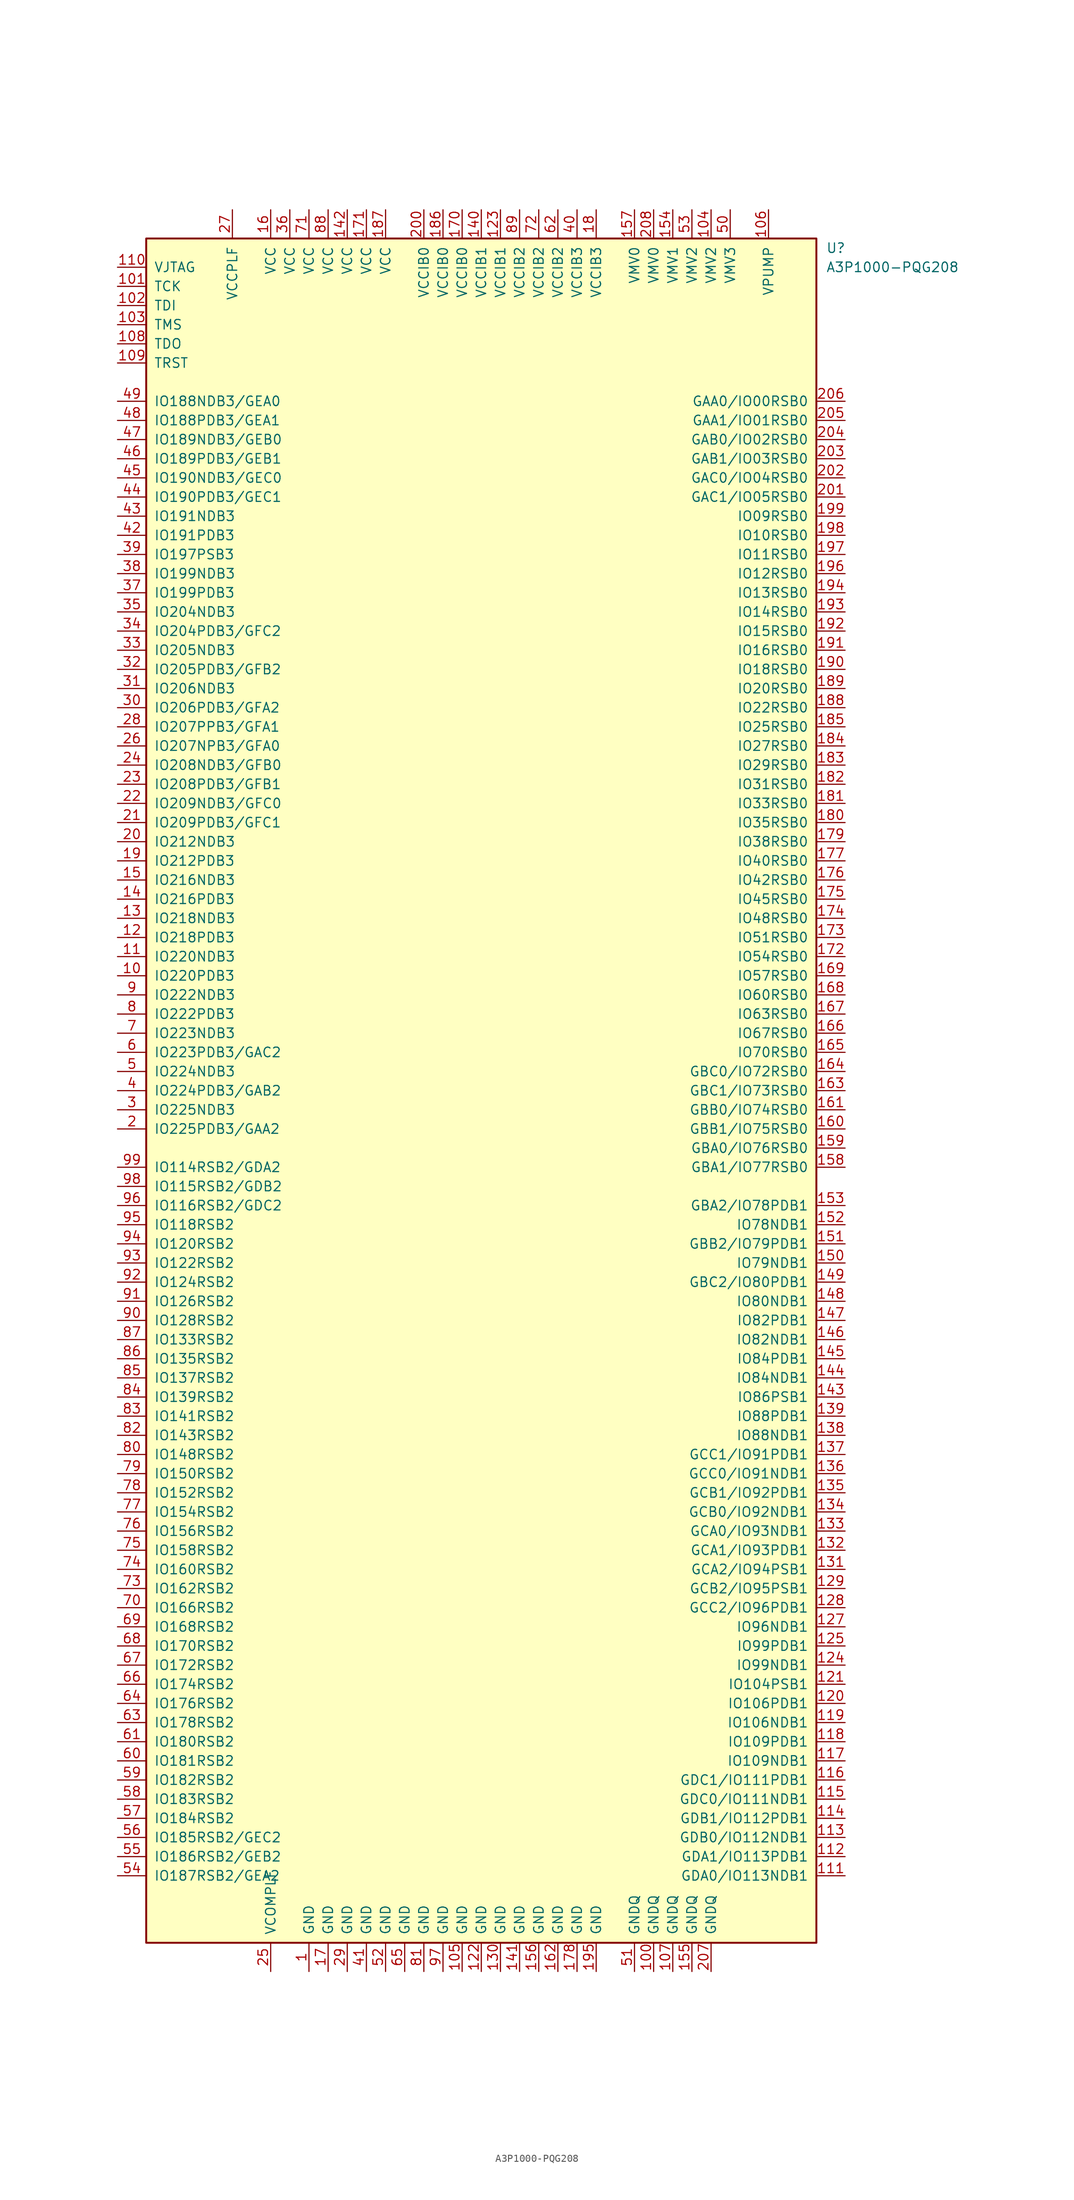
<source format=kicad_sym>
(kicad_symbol_lib
  (version 20211014)
  (generator kicad_symbol_editor)
  (symbol "A3P1000-PQG208"
    (pin_names
      (offset 1.016))
    (property "Reference" "U"
      (at 45.72 111.76 0)
      (effects (font (size 1.27 1.27)) (justify left)))
    (property "Value" "A3P1000-PQG208"
      (at 45.72 109.22 0)
      (effects (font (size 1.27 1.27)) (justify left)))
    (symbol "A3P1000-PQG208_1_0"
      (rectangle (start -44.45 -113.03) (end 44.45 113.03) (stroke (width 0.254) (type default) (color 0 0 0 0)) (fill (type background))))
    (symbol "A3P1000-PQG208_1_1"
      (pin power_in line (at -22.86 -116.84 90) (length 3.81) (name "GND" (effects (font (size 1.27 1.27)))) (number "1" (effects (font (size 1.27 1.27)))))
      (pin bidirectional line (at -48.26 15.24 0) (length 3.81) (name "IO220PDB3" (effects (font (size 1.27 1.27)))) (number "10" (effects (font (size 1.27 1.27)))))
      (pin power_in line (at 22.86 -116.84 90) (length 3.81) (name "GNDQ" (effects (font (size 1.27 1.27)))) (number "100" (effects (font (size 1.27 1.27)))))
      (pin bidirectional line (at -48.26 106.68 0) (length 3.81) (name "TCK" (effects (font (size 1.27 1.27)))) (number "101" (effects (font (size 1.27 1.27)))))
      (pin bidirectional line (at -48.26 104.14 0) (length 3.81) (name "TDI" (effects (font (size 1.27 1.27)))) (number "102" (effects (font (size 1.27 1.27)))))
      (pin bidirectional line (at -48.26 101.6 0) (length 3.81) (name "TMS" (effects (font (size 1.27 1.27)))) (number "103" (effects (font (size 1.27 1.27)))))
      (pin power_in line (at 30.48 116.84 270) (length 3.81) (name "VMV2" (effects (font (size 1.27 1.27)))) (number "104" (effects (font (size 1.27 1.27)))))
      (pin power_in line (at -2.54 -116.84 90) (length 3.81) (name "GND" (effects (font (size 1.27 1.27)))) (number "105" (effects (font (size 1.27 1.27)))))
      (pin power_in line (at 38.1 116.84 270) (length 3.81) (name "VPUMP" (effects (font (size 1.27 1.27)))) (number "106" (effects (font (size 1.27 1.27)))))
      (pin power_in line (at 25.4 -116.84 90) (length 3.81) (name "GNDQ" (effects (font (size 1.27 1.27)))) (number "107" (effects (font (size 1.27 1.27)))))
      (pin bidirectional line (at -48.26 99.06 0) (length 3.81) (name "TDO" (effects (font (size 1.27 1.27)))) (number "108" (effects (font (size 1.27 1.27)))))
      (pin bidirectional line (at -48.26 96.52 0) (length 3.81) (name "TRST" (effects (font (size 1.27 1.27)))) (number "109" (effects (font (size 1.27 1.27)))))
      (pin bidirectional line (at -48.26 17.78 0) (length 3.81) (name "IO220NDB3" (effects (font (size 1.27 1.27)))) (number "11" (effects (font (size 1.27 1.27)))))
      (pin power_in line (at -48.26 109.22 0) (length 3.81) (name "VJTAG" (effects (font (size 1.27 1.27)))) (number "110" (effects (font (size 1.27 1.27)))))
      (pin bidirectional line (at 48.26 -104.14 180) (length 3.81) (name "GDA0/IO113NDB1" (effects (font (size 1.27 1.27)))) (number "111" (effects (font (size 1.27 1.27)))))
      (pin bidirectional line (at 48.26 -101.6 180) (length 3.81) (name "GDA1/IO113PDB1" (effects (font (size 1.27 1.27)))) (number "112" (effects (font (size 1.27 1.27)))))
      (pin bidirectional line (at 48.26 -99.06 180) (length 3.81) (name "GDB0/IO112NDB1" (effects (font (size 1.27 1.27)))) (number "113" (effects (font (size 1.27 1.27)))))
      (pin bidirectional line (at 48.26 -96.52 180) (length 3.81) (name "GDB1/IO112PDB1" (effects (font (size 1.27 1.27)))) (number "114" (effects (font (size 1.27 1.27)))))
      (pin bidirectional line (at 48.26 -93.98 180) (length 3.81) (name "GDC0/IO111NDB1" (effects (font (size 1.27 1.27)))) (number "115" (effects (font (size 1.27 1.27)))))
      (pin bidirectional line (at 48.26 -91.44 180) (length 3.81) (name "GDC1/IO111PDB1" (effects (font (size 1.27 1.27)))) (number "116" (effects (font (size 1.27 1.27)))))
      (pin bidirectional line (at 48.26 -88.9 180) (length 3.81) (name "IO109NDB1" (effects (font (size 1.27 1.27)))) (number "117" (effects (font (size 1.27 1.27)))))
      (pin bidirectional line (at 48.26 -86.36 180) (length 3.81) (name "IO109PDB1" (effects (font (size 1.27 1.27)))) (number "118" (effects (font (size 1.27 1.27)))))
      (pin bidirectional line (at 48.26 -83.82 180) (length 3.81) (name "IO106NDB1" (effects (font (size 1.27 1.27)))) (number "119" (effects (font (size 1.27 1.27)))))
      (pin bidirectional line (at -48.26 20.32 0) (length 3.81) (name "IO218PDB3" (effects (font (size 1.27 1.27)))) (number "12" (effects (font (size 1.27 1.27)))))
      (pin bidirectional line (at 48.26 -81.28 180) (length 3.81) (name "IO106PDB1" (effects (font (size 1.27 1.27)))) (number "120" (effects (font (size 1.27 1.27)))))
      (pin bidirectional line (at 48.26 -78.74 180) (length 3.81) (name "IO104PSB1" (effects (font (size 1.27 1.27)))) (number "121" (effects (font (size 1.27 1.27)))))
      (pin power_in line (at 0 -116.84 90) (length 3.81) (name "GND" (effects (font (size 1.27 1.27)))) (number "122" (effects (font (size 1.27 1.27)))))
      (pin power_in line (at 2.54 116.84 270) (length 3.81) (name "VCCIB1" (effects (font (size 1.27 1.27)))) (number "123" (effects (font (size 1.27 1.27)))))
      (pin bidirectional line (at 48.26 -76.2 180) (length 3.81) (name "IO99NDB1" (effects (font (size 1.27 1.27)))) (number "124" (effects (font (size 1.27 1.27)))))
      (pin bidirectional line (at 48.26 -73.66 180) (length 3.81) (name "IO99PDB1" (effects (font (size 1.27 1.27)))) (number "125" (effects (font (size 1.27 1.27)))))
      (pin bidirectional line (at 48.26 -71.12 180) (length 3.81) (name "IO96NDB1" (effects (font (size 1.27 1.27)))) (number "127" (effects (font (size 1.27 1.27)))))
      (pin bidirectional line (at 48.26 -68.58 180) (length 3.81) (name "GCC2/IO96PDB1" (effects (font (size 1.27 1.27)))) (number "128" (effects (font (size 1.27 1.27)))))
      (pin bidirectional line (at 48.26 -66.04 180) (length 3.81) (name "GCB2/IO95PSB1" (effects (font (size 1.27 1.27)))) (number "129" (effects (font (size 1.27 1.27)))))
      (pin bidirectional line (at -48.26 22.86 0) (length 3.81) (name "IO218NDB3" (effects (font (size 1.27 1.27)))) (number "13" (effects (font (size 1.27 1.27)))))
      (pin power_in line (at 2.54 -116.84 90) (length 3.81) (name "GND" (effects (font (size 1.27 1.27)))) (number "130" (effects (font (size 1.27 1.27)))))
      (pin bidirectional line (at 48.26 -63.5 180) (length 3.81) (name "GCA2/IO94PSB1" (effects (font (size 1.27 1.27)))) (number "131" (effects (font (size 1.27 1.27)))))
      (pin bidirectional line (at 48.26 -60.96 180) (length 3.81) (name "GCA1/IO93PDB1" (effects (font (size 1.27 1.27)))) (number "132" (effects (font (size 1.27 1.27)))))
      (pin bidirectional line (at 48.26 -58.42 180) (length 3.81) (name "GCA0/IO93NDB1" (effects (font (size 1.27 1.27)))) (number "133" (effects (font (size 1.27 1.27)))))
      (pin bidirectional line (at 48.26 -55.88 180) (length 3.81) (name "GCB0/IO92NDB1" (effects (font (size 1.27 1.27)))) (number "134" (effects (font (size 1.27 1.27)))))
      (pin bidirectional line (at 48.26 -53.34 180) (length 3.81) (name "GCB1/IO92PDB1" (effects (font (size 1.27 1.27)))) (number "135" (effects (font (size 1.27 1.27)))))
      (pin bidirectional line (at 48.26 -50.8 180) (length 3.81) (name "GCC0/IO91NDB1" (effects (font (size 1.27 1.27)))) (number "136" (effects (font (size 1.27 1.27)))))
      (pin bidirectional line (at 48.26 -48.26 180) (length 3.81) (name "GCC1/IO91PDB1" (effects (font (size 1.27 1.27)))) (number "137" (effects (font (size 1.27 1.27)))))
      (pin bidirectional line (at 48.26 -45.72 180) (length 3.81) (name "IO88NDB1" (effects (font (size 1.27 1.27)))) (number "138" (effects (font (size 1.27 1.27)))))
      (pin bidirectional line (at 48.26 -43.18 180) (length 3.81) (name "IO88PDB1" (effects (font (size 1.27 1.27)))) (number "139" (effects (font (size 1.27 1.27)))))
      (pin bidirectional line (at -48.26 25.4 0) (length 3.81) (name "IO216PDB3" (effects (font (size 1.27 1.27)))) (number "14" (effects (font (size 1.27 1.27)))))
      (pin power_in line (at 0 116.84 270) (length 3.81) (name "VCCIB1" (effects (font (size 1.27 1.27)))) (number "140" (effects (font (size 1.27 1.27)))))
      (pin power_in line (at 5.08 -116.84 90) (length 3.81) (name "GND" (effects (font (size 1.27 1.27)))) (number "141" (effects (font (size 1.27 1.27)))))
      (pin power_in line (at -17.78 116.84 270) (length 3.81) (name "VCC" (effects (font (size 1.27 1.27)))) (number "142" (effects (font (size 1.27 1.27)))))
      (pin bidirectional line (at 48.26 -40.64 180) (length 3.81) (name "IO86PSB1" (effects (font (size 1.27 1.27)))) (number "143" (effects (font (size 1.27 1.27)))))
      (pin bidirectional line (at 48.26 -38.1 180) (length 3.81) (name "IO84NDB1" (effects (font (size 1.27 1.27)))) (number "144" (effects (font (size 1.27 1.27)))))
      (pin bidirectional line (at 48.26 -35.56 180) (length 3.81) (name "IO84PDB1" (effects (font (size 1.27 1.27)))) (number "145" (effects (font (size 1.27 1.27)))))
      (pin bidirectional line (at 48.26 -33.02 180) (length 3.81) (name "IO82NDB1" (effects (font (size 1.27 1.27)))) (number "146" (effects (font (size 1.27 1.27)))))
      (pin bidirectional line (at 48.26 -30.48 180) (length 3.81) (name "IO82PDB1" (effects (font (size 1.27 1.27)))) (number "147" (effects (font (size 1.27 1.27)))))
      (pin bidirectional line (at 48.26 -27.94 180) (length 3.81) (name "IO80NDB1" (effects (font (size 1.27 1.27)))) (number "148" (effects (font (size 1.27 1.27)))))
      (pin bidirectional line (at 48.26 -25.4 180) (length 3.81) (name "GBC2/IO80PDB1" (effects (font (size 1.27 1.27)))) (number "149" (effects (font (size 1.27 1.27)))))
      (pin bidirectional line (at -48.26 27.94 0) (length 3.81) (name "IO216NDB3" (effects (font (size 1.27 1.27)))) (number "15" (effects (font (size 1.27 1.27)))))
      (pin bidirectional line (at 48.26 -22.86 180) (length 3.81) (name "IO79NDB1" (effects (font (size 1.27 1.27)))) (number "150" (effects (font (size 1.27 1.27)))))
      (pin bidirectional line (at 48.26 -20.32 180) (length 3.81) (name "GBB2/IO79PDB1" (effects (font (size 1.27 1.27)))) (number "151" (effects (font (size 1.27 1.27)))))
      (pin bidirectional line (at 48.26 -17.78 180) (length 3.81) (name "IO78NDB1" (effects (font (size 1.27 1.27)))) (number "152" (effects (font (size 1.27 1.27)))))
      (pin bidirectional line (at 48.26 -15.24 180) (length 3.81) (name "GBA2/IO78PDB1" (effects (font (size 1.27 1.27)))) (number "153" (effects (font (size 1.27 1.27)))))
      (pin power_in line (at 25.4 116.84 270) (length 3.81) (name "VMV1" (effects (font (size 1.27 1.27)))) (number "154" (effects (font (size 1.27 1.27)))))
      (pin power_in line (at 27.94 -116.84 90) (length 3.81) (name "GNDQ" (effects (font (size 1.27 1.27)))) (number "155" (effects (font (size 1.27 1.27)))))
      (pin power_in line (at 7.62 -116.84 90) (length 3.81) (name "GND" (effects (font (size 1.27 1.27)))) (number "156" (effects (font (size 1.27 1.27)))))
      (pin power_in line (at 20.32 116.84 270) (length 3.81) (name "VMV0" (effects (font (size 1.27 1.27)))) (number "157" (effects (font (size 1.27 1.27)))))
      (pin bidirectional line (at 48.26 -10.16 180) (length 3.81) (name "GBA1/IO77RSB0" (effects (font (size 1.27 1.27)))) (number "158" (effects (font (size 1.27 1.27)))))
      (pin bidirectional line (at 48.26 -7.62 180) (length 3.81) (name "GBA0/IO76RSB0" (effects (font (size 1.27 1.27)))) (number "159" (effects (font (size 1.27 1.27)))))
      (pin power_in line (at -27.94 116.84 270) (length 3.81) (name "VCC" (effects (font (size 1.27 1.27)))) (number "16" (effects (font (size 1.27 1.27)))))
      (pin bidirectional line (at 48.26 -5.08 180) (length 3.81) (name "GBB1/IO75RSB0" (effects (font (size 1.27 1.27)))) (number "160" (effects (font (size 1.27 1.27)))))
      (pin bidirectional line (at 48.26 -2.54 180) (length 3.81) (name "GBB0/IO74RSB0" (effects (font (size 1.27 1.27)))) (number "161" (effects (font (size 1.27 1.27)))))
      (pin power_in line (at 10.16 -116.84 90) (length 3.81) (name "GND" (effects (font (size 1.27 1.27)))) (number "162" (effects (font (size 1.27 1.27)))))
      (pin bidirectional line (at 48.26 0 180) (length 3.81) (name "GBC1/IO73RSB0" (effects (font (size 1.27 1.27)))) (number "163" (effects (font (size 1.27 1.27)))))
      (pin bidirectional line (at 48.26 2.54 180) (length 3.81) (name "GBC0/IO72RSB0" (effects (font (size 1.27 1.27)))) (number "164" (effects (font (size 1.27 1.27)))))
      (pin bidirectional line (at 48.26 5.08 180) (length 3.81) (name "IO70RSB0" (effects (font (size 1.27 1.27)))) (number "165" (effects (font (size 1.27 1.27)))))
      (pin bidirectional line (at 48.26 7.62 180) (length 3.81) (name "IO67RSB0" (effects (font (size 1.27 1.27)))) (number "166" (effects (font (size 1.27 1.27)))))
      (pin bidirectional line (at 48.26 10.16 180) (length 3.81) (name "IO63RSB0" (effects (font (size 1.27 1.27)))) (number "167" (effects (font (size 1.27 1.27)))))
      (pin bidirectional line (at 48.26 12.7 180) (length 3.81) (name "IO60RSB0" (effects (font (size 1.27 1.27)))) (number "168" (effects (font (size 1.27 1.27)))))
      (pin bidirectional line (at 48.26 15.24 180) (length 3.81) (name "IO57RSB0" (effects (font (size 1.27 1.27)))) (number "169" (effects (font (size 1.27 1.27)))))
      (pin power_in line (at -20.32 -116.84 90) (length 3.81) (name "GND" (effects (font (size 1.27 1.27)))) (number "17" (effects (font (size 1.27 1.27)))))
      (pin power_in line (at -2.54 116.84 270) (length 3.81) (name "VCCIB0" (effects (font (size 1.27 1.27)))) (number "170" (effects (font (size 1.27 1.27)))))
      (pin power_in line (at -15.24 116.84 270) (length 3.81) (name "VCC" (effects (font (size 1.27 1.27)))) (number "171" (effects (font (size 1.27 1.27)))))
      (pin bidirectional line (at 48.26 17.78 180) (length 3.81) (name "IO54RSB0" (effects (font (size 1.27 1.27)))) (number "172" (effects (font (size 1.27 1.27)))))
      (pin bidirectional line (at 48.26 20.32 180) (length 3.81) (name "IO51RSB0" (effects (font (size 1.27 1.27)))) (number "173" (effects (font (size 1.27 1.27)))))
      (pin bidirectional line (at 48.26 22.86 180) (length 3.81) (name "IO48RSB0" (effects (font (size 1.27 1.27)))) (number "174" (effects (font (size 1.27 1.27)))))
      (pin bidirectional line (at 48.26 25.4 180) (length 3.81) (name "IO45RSB0" (effects (font (size 1.27 1.27)))) (number "175" (effects (font (size 1.27 1.27)))))
      (pin bidirectional line (at 48.26 27.94 180) (length 3.81) (name "IO42RSB0" (effects (font (size 1.27 1.27)))) (number "176" (effects (font (size 1.27 1.27)))))
      (pin bidirectional line (at 48.26 30.48 180) (length 3.81) (name "IO40RSB0" (effects (font (size 1.27 1.27)))) (number "177" (effects (font (size 1.27 1.27)))))
      (pin power_in line (at 12.7 -116.84 90) (length 3.81) (name "GND" (effects (font (size 1.27 1.27)))) (number "178" (effects (font (size 1.27 1.27)))))
      (pin bidirectional line (at 48.26 33.02 180) (length 3.81) (name "IO38RSB0" (effects (font (size 1.27 1.27)))) (number "179" (effects (font (size 1.27 1.27)))))
      (pin power_in line (at 15.24 116.84 270) (length 3.81) (name "VCCIB3" (effects (font (size 1.27 1.27)))) (number "18" (effects (font (size 1.27 1.27)))))
      (pin bidirectional line (at 48.26 35.56 180) (length 3.81) (name "IO35RSB0" (effects (font (size 1.27 1.27)))) (number "180" (effects (font (size 1.27 1.27)))))
      (pin bidirectional line (at 48.26 38.1 180) (length 3.81) (name "IO33RSB0" (effects (font (size 1.27 1.27)))) (number "181" (effects (font (size 1.27 1.27)))))
      (pin bidirectional line (at 48.26 40.64 180) (length 3.81) (name "IO31RSB0" (effects (font (size 1.27 1.27)))) (number "182" (effects (font (size 1.27 1.27)))))
      (pin bidirectional line (at 48.26 43.18 180) (length 3.81) (name "IO29RSB0" (effects (font (size 1.27 1.27)))) (number "183" (effects (font (size 1.27 1.27)))))
      (pin bidirectional line (at 48.26 45.72 180) (length 3.81) (name "IO27RSB0" (effects (font (size 1.27 1.27)))) (number "184" (effects (font (size 1.27 1.27)))))
      (pin bidirectional line (at 48.26 48.26 180) (length 3.81) (name "IO25RSB0" (effects (font (size 1.27 1.27)))) (number "185" (effects (font (size 1.27 1.27)))))
      (pin power_in line (at -5.08 116.84 270) (length 3.81) (name "VCCIB0" (effects (font (size 1.27 1.27)))) (number "186" (effects (font (size 1.27 1.27)))))
      (pin power_in line (at -12.7 116.84 270) (length 3.81) (name "VCC" (effects (font (size 1.27 1.27)))) (number "187" (effects (font (size 1.27 1.27)))))
      (pin bidirectional line (at 48.26 50.8 180) (length 3.81) (name "IO22RSB0" (effects (font (size 1.27 1.27)))) (number "188" (effects (font (size 1.27 1.27)))))
      (pin bidirectional line (at 48.26 53.34 180) (length 3.81) (name "IO20RSB0" (effects (font (size 1.27 1.27)))) (number "189" (effects (font (size 1.27 1.27)))))
      (pin bidirectional line (at -48.26 30.48 0) (length 3.81) (name "IO212PDB3" (effects (font (size 1.27 1.27)))) (number "19" (effects (font (size 1.27 1.27)))))
      (pin bidirectional line (at 48.26 55.88 180) (length 3.81) (name "IO18RSB0" (effects (font (size 1.27 1.27)))) (number "190" (effects (font (size 1.27 1.27)))))
      (pin bidirectional line (at 48.26 58.42 180) (length 3.81) (name "IO16RSB0" (effects (font (size 1.27 1.27)))) (number "191" (effects (font (size 1.27 1.27)))))
      (pin bidirectional line (at 48.26 60.96 180) (length 3.81) (name "IO15RSB0" (effects (font (size 1.27 1.27)))) (number "192" (effects (font (size 1.27 1.27)))))
      (pin bidirectional line (at 48.26 63.5 180) (length 3.81) (name "IO14RSB0" (effects (font (size 1.27 1.27)))) (number "193" (effects (font (size 1.27 1.27)))))
      (pin bidirectional line (at 48.26 66.04 180) (length 3.81) (name "IO13RSB0" (effects (font (size 1.27 1.27)))) (number "194" (effects (font (size 1.27 1.27)))))
      (pin power_in line (at 15.24 -116.84 90) (length 3.81) (name "GND" (effects (font (size 1.27 1.27)))) (number "195" (effects (font (size 1.27 1.27)))))
      (pin bidirectional line (at 48.26 68.58 180) (length 3.81) (name "IO12RSB0" (effects (font (size 1.27 1.27)))) (number "196" (effects (font (size 1.27 1.27)))))
      (pin bidirectional line (at 48.26 71.12 180) (length 3.81) (name "IO11RSB0" (effects (font (size 1.27 1.27)))) (number "197" (effects (font (size 1.27 1.27)))))
      (pin bidirectional line (at 48.26 73.66 180) (length 3.81) (name "IO10RSB0" (effects (font (size 1.27 1.27)))) (number "198" (effects (font (size 1.27 1.27)))))
      (pin bidirectional line (at 48.26 76.2 180) (length 3.81) (name "IO09RSB0" (effects (font (size 1.27 1.27)))) (number "199" (effects (font (size 1.27 1.27)))))
      (pin bidirectional line (at -48.26 -5.08 0) (length 3.81) (name "IO225PDB3/GAA2" (effects (font (size 1.27 1.27)))) (number "2" (effects (font (size 1.27 1.27)))))
      (pin bidirectional line (at -48.26 33.02 0) (length 3.81) (name "IO212NDB3" (effects (font (size 1.27 1.27)))) (number "20" (effects (font (size 1.27 1.27)))))
      (pin power_in line (at -7.62 116.84 270) (length 3.81) (name "VCCIB0" (effects (font (size 1.27 1.27)))) (number "200" (effects (font (size 1.27 1.27)))))
      (pin bidirectional line (at 48.26 78.74 180) (length 3.81) (name "GAC1/IO05RSB0" (effects (font (size 1.27 1.27)))) (number "201" (effects (font (size 1.27 1.27)))))
      (pin bidirectional line (at 48.26 81.28 180) (length 3.81) (name "GAC0/IO04RSB0" (effects (font (size 1.27 1.27)))) (number "202" (effects (font (size 1.27 1.27)))))
      (pin bidirectional line (at 48.26 83.82 180) (length 3.81) (name "GAB1/IO03RSB0" (effects (font (size 1.27 1.27)))) (number "203" (effects (font (size 1.27 1.27)))))
      (pin bidirectional line (at 48.26 86.36 180) (length 3.81) (name "GAB0/IO02RSB0" (effects (font (size 1.27 1.27)))) (number "204" (effects (font (size 1.27 1.27)))))
      (pin bidirectional line (at 48.26 88.9 180) (length 3.81) (name "GAA1/IO01RSB0" (effects (font (size 1.27 1.27)))) (number "205" (effects (font (size 1.27 1.27)))))
      (pin bidirectional line (at 48.26 91.44 180) (length 3.81) (name "GAA0/IO00RSB0" (effects (font (size 1.27 1.27)))) (number "206" (effects (font (size 1.27 1.27)))))
      (pin power_in line (at 30.48 -116.84 90) (length 3.81) (name "GNDQ" (effects (font (size 1.27 1.27)))) (number "207" (effects (font (size 1.27 1.27)))))
      (pin power_in line (at 22.86 116.84 270) (length 3.81) (name "VMV0" (effects (font (size 1.27 1.27)))) (number "208" (effects (font (size 1.27 1.27)))))
      (pin bidirectional line (at -48.26 35.56 0) (length 3.81) (name "IO209PDB3/GFC1" (effects (font (size 1.27 1.27)))) (number "21" (effects (font (size 1.27 1.27)))))
      (pin bidirectional line (at -48.26 38.1 0) (length 3.81) (name "IO209NDB3/GFC0" (effects (font (size 1.27 1.27)))) (number "22" (effects (font (size 1.27 1.27)))))
      (pin bidirectional line (at -48.26 40.64 0) (length 3.81) (name "IO208PDB3/GFB1" (effects (font (size 1.27 1.27)))) (number "23" (effects (font (size 1.27 1.27)))))
      (pin bidirectional line (at -48.26 43.18 0) (length 3.81) (name "IO208NDB3/GFB0" (effects (font (size 1.27 1.27)))) (number "24" (effects (font (size 1.27 1.27)))))
      (pin power_in line (at -27.94 -116.84 90) (length 3.81) (name "VCOMPLF" (effects (font (size 1.27 1.27)))) (number "25" (effects (font (size 1.27 1.27)))))
      (pin bidirectional line (at -48.26 45.72 0) (length 3.81) (name "IO207NPB3/GFA0" (effects (font (size 1.27 1.27)))) (number "26" (effects (font (size 1.27 1.27)))))
      (pin power_in line (at -33.02 116.84 270) (length 3.81) (name "VCCPLF" (effects (font (size 1.27 1.27)))) (number "27" (effects (font (size 1.27 1.27)))))
      (pin bidirectional line (at -48.26 48.26 0) (length 3.81) (name "IO207PPB3/GFA1" (effects (font (size 1.27 1.27)))) (number "28" (effects (font (size 1.27 1.27)))))
      (pin power_in line (at -17.78 -116.84 90) (length 3.81) (name "GND" (effects (font (size 1.27 1.27)))) (number "29" (effects (font (size 1.27 1.27)))))
      (pin bidirectional line (at -48.26 -2.54 0) (length 3.81) (name "IO225NDB3" (effects (font (size 1.27 1.27)))) (number "3" (effects (font (size 1.27 1.27)))))
      (pin bidirectional line (at -48.26 50.8 0) (length 3.81) (name "IO206PDB3/GFA2" (effects (font (size 1.27 1.27)))) (number "30" (effects (font (size 1.27 1.27)))))
      (pin bidirectional line (at -48.26 53.34 0) (length 3.81) (name "IO206NDB3" (effects (font (size 1.27 1.27)))) (number "31" (effects (font (size 1.27 1.27)))))
      (pin bidirectional line (at -48.26 55.88 0) (length 3.81) (name "IO205PDB3/GFB2" (effects (font (size 1.27 1.27)))) (number "32" (effects (font (size 1.27 1.27)))))
      (pin bidirectional line (at -48.26 58.42 0) (length 3.81) (name "IO205NDB3" (effects (font (size 1.27 1.27)))) (number "33" (effects (font (size 1.27 1.27)))))
      (pin bidirectional line (at -48.26 60.96 0) (length 3.81) (name "IO204PDB3/GFC2" (effects (font (size 1.27 1.27)))) (number "34" (effects (font (size 1.27 1.27)))))
      (pin bidirectional line (at -48.26 63.5 0) (length 3.81) (name "IO204NDB3" (effects (font (size 1.27 1.27)))) (number "35" (effects (font (size 1.27 1.27)))))
      (pin power_in line (at -25.4 116.84 270) (length 3.81) (name "VCC" (effects (font (size 1.27 1.27)))) (number "36" (effects (font (size 1.27 1.27)))))
      (pin bidirectional line (at -48.26 66.04 0) (length 3.81) (name "IO199PDB3" (effects (font (size 1.27 1.27)))) (number "37" (effects (font (size 1.27 1.27)))))
      (pin bidirectional line (at -48.26 68.58 0) (length 3.81) (name "IO199NDB3" (effects (font (size 1.27 1.27)))) (number "38" (effects (font (size 1.27 1.27)))))
      (pin bidirectional line (at -48.26 71.12 0) (length 3.81) (name "IO197PSB3" (effects (font (size 1.27 1.27)))) (number "39" (effects (font (size 1.27 1.27)))))
      (pin bidirectional line (at -48.26 0 0) (length 3.81) (name "IO224PDB3/GAB2" (effects (font (size 1.27 1.27)))) (number "4" (effects (font (size 1.27 1.27)))))
      (pin power_in line (at 12.7 116.84 270) (length 3.81) (name "VCCIB3" (effects (font (size 1.27 1.27)))) (number "40" (effects (font (size 1.27 1.27)))))
      (pin power_in line (at -15.24 -116.84 90) (length 3.81) (name "GND" (effects (font (size 1.27 1.27)))) (number "41" (effects (font (size 1.27 1.27)))))
      (pin bidirectional line (at -48.26 73.66 0) (length 3.81) (name "IO191PDB3" (effects (font (size 1.27 1.27)))) (number "42" (effects (font (size 1.27 1.27)))))
      (pin bidirectional line (at -48.26 76.2 0) (length 3.81) (name "IO191NDB3" (effects (font (size 1.27 1.27)))) (number "43" (effects (font (size 1.27 1.27)))))
      (pin bidirectional line (at -48.26 78.74 0) (length 3.81) (name "IO190PDB3/GEC1" (effects (font (size 1.27 1.27)))) (number "44" (effects (font (size 1.27 1.27)))))
      (pin bidirectional line (at -48.26 81.28 0) (length 3.81) (name "IO190NDB3/GEC0" (effects (font (size 1.27 1.27)))) (number "45" (effects (font (size 1.27 1.27)))))
      (pin bidirectional line (at -48.26 83.82 0) (length 3.81) (name "IO189PDB3/GEB1" (effects (font (size 1.27 1.27)))) (number "46" (effects (font (size 1.27 1.27)))))
      (pin bidirectional line (at -48.26 86.36 0) (length 3.81) (name "IO189NDB3/GEB0" (effects (font (size 1.27 1.27)))) (number "47" (effects (font (size 1.27 1.27)))))
      (pin bidirectional line (at -48.26 88.9 0) (length 3.81) (name "IO188PDB3/GEA1" (effects (font (size 1.27 1.27)))) (number "48" (effects (font (size 1.27 1.27)))))
      (pin bidirectional line (at -48.26 91.44 0) (length 3.81) (name "IO188NDB3/GEA0" (effects (font (size 1.27 1.27)))) (number "49" (effects (font (size 1.27 1.27)))))
      (pin bidirectional line (at -48.26 2.54 0) (length 3.81) (name "IO224NDB3" (effects (font (size 1.27 1.27)))) (number "5" (effects (font (size 1.27 1.27)))))
      (pin power_in line (at 33.02 116.84 270) (length 3.81) (name "VMV3" (effects (font (size 1.27 1.27)))) (number "50" (effects (font (size 1.27 1.27)))))
      (pin power_in line (at 20.32 -116.84 90) (length 3.81) (name "GNDQ" (effects (font (size 1.27 1.27)))) (number "51" (effects (font (size 1.27 1.27)))))
      (pin power_in line (at -12.7 -116.84 90) (length 3.81) (name "GND" (effects (font (size 1.27 1.27)))) (number "52" (effects (font (size 1.27 1.27)))))
      (pin power_in line (at 27.94 116.84 270) (length 3.81) (name "VMV2" (effects (font (size 1.27 1.27)))) (number "53" (effects (font (size 1.27 1.27)))))
      (pin bidirectional line (at -48.26 -104.14 0) (length 3.81) (name "IO187RSB2/GEA2" (effects (font (size 1.27 1.27)))) (number "54" (effects (font (size 1.27 1.27)))))
      (pin bidirectional line (at -48.26 -101.6 0) (length 3.81) (name "IO186RSB2/GEB2" (effects (font (size 1.27 1.27)))) (number "55" (effects (font (size 1.27 1.27)))))
      (pin bidirectional line (at -48.26 -99.06 0) (length 3.81) (name "IO185RSB2/GEC2" (effects (font (size 1.27 1.27)))) (number "56" (effects (font (size 1.27 1.27)))))
      (pin bidirectional line (at -48.26 -96.52 0) (length 3.81) (name "IO184RSB2" (effects (font (size 1.27 1.27)))) (number "57" (effects (font (size 1.27 1.27)))))
      (pin bidirectional line (at -48.26 -93.98 0) (length 3.81) (name "IO183RSB2" (effects (font (size 1.27 1.27)))) (number "58" (effects (font (size 1.27 1.27)))))
      (pin bidirectional line (at -48.26 -91.44 0) (length 3.81) (name "IO182RSB2" (effects (font (size 1.27 1.27)))) (number "59" (effects (font (size 1.27 1.27)))))
      (pin bidirectional line (at -48.26 5.08 0) (length 3.81) (name "IO223PDB3/GAC2" (effects (font (size 1.27 1.27)))) (number "6" (effects (font (size 1.27 1.27)))))
      (pin bidirectional line (at -48.26 -88.9 0) (length 3.81) (name "IO181RSB2" (effects (font (size 1.27 1.27)))) (number "60" (effects (font (size 1.27 1.27)))))
      (pin bidirectional line (at -48.26 -86.36 0) (length 3.81) (name "IO180RSB2" (effects (font (size 1.27 1.27)))) (number "61" (effects (font (size 1.27 1.27)))))
      (pin power_in line (at 10.16 116.84 270) (length 3.81) (name "VCCIB2" (effects (font (size 1.27 1.27)))) (number "62" (effects (font (size 1.27 1.27)))))
      (pin bidirectional line (at -48.26 -83.82 0) (length 3.81) (name "IO178RSB2" (effects (font (size 1.27 1.27)))) (number "63" (effects (font (size 1.27 1.27)))))
      (pin bidirectional line (at -48.26 -81.28 0) (length 3.81) (name "IO176RSB2" (effects (font (size 1.27 1.27)))) (number "64" (effects (font (size 1.27 1.27)))))
      (pin power_in line (at -10.16 -116.84 90) (length 3.81) (name "GND" (effects (font (size 1.27 1.27)))) (number "65" (effects (font (size 1.27 1.27)))))
      (pin bidirectional line (at -48.26 -78.74 0) (length 3.81) (name "IO174RSB2" (effects (font (size 1.27 1.27)))) (number "66" (effects (font (size 1.27 1.27)))))
      (pin bidirectional line (at -48.26 -76.2 0) (length 3.81) (name "IO172RSB2" (effects (font (size 1.27 1.27)))) (number "67" (effects (font (size 1.27 1.27)))))
      (pin bidirectional line (at -48.26 -73.66 0) (length 3.81) (name "IO170RSB2" (effects (font (size 1.27 1.27)))) (number "68" (effects (font (size 1.27 1.27)))))
      (pin bidirectional line (at -48.26 -71.12 0) (length 3.81) (name "IO168RSB2" (effects (font (size 1.27 1.27)))) (number "69" (effects (font (size 1.27 1.27)))))
      (pin bidirectional line (at -48.26 7.62 0) (length 3.81) (name "IO223NDB3" (effects (font (size 1.27 1.27)))) (number "7" (effects (font (size 1.27 1.27)))))
      (pin bidirectional line (at -48.26 -68.58 0) (length 3.81) (name "IO166RSB2" (effects (font (size 1.27 1.27)))) (number "70" (effects (font (size 1.27 1.27)))))
      (pin power_in line (at -22.86 116.84 270) (length 3.81) (name "VCC" (effects (font (size 1.27 1.27)))) (number "71" (effects (font (size 1.27 1.27)))))
      (pin power_in line (at 7.62 116.84 270) (length 3.81) (name "VCCIB2" (effects (font (size 1.27 1.27)))) (number "72" (effects (font (size 1.27 1.27)))))
      (pin bidirectional line (at -48.26 -66.04 0) (length 3.81) (name "IO162RSB2" (effects (font (size 1.27 1.27)))) (number "73" (effects (font (size 1.27 1.27)))))
      (pin bidirectional line (at -48.26 -63.5 0) (length 3.81) (name "IO160RSB2" (effects (font (size 1.27 1.27)))) (number "74" (effects (font (size 1.27 1.27)))))
      (pin bidirectional line (at -48.26 -60.96 0) (length 3.81) (name "IO158RSB2" (effects (font (size 1.27 1.27)))) (number "75" (effects (font (size 1.27 1.27)))))
      (pin bidirectional line (at -48.26 -58.42 0) (length 3.81) (name "IO156RSB2" (effects (font (size 1.27 1.27)))) (number "76" (effects (font (size 1.27 1.27)))))
      (pin bidirectional line (at -48.26 -55.88 0) (length 3.81) (name "IO154RSB2" (effects (font (size 1.27 1.27)))) (number "77" (effects (font (size 1.27 1.27)))))
      (pin bidirectional line (at -48.26 -53.34 0) (length 3.81) (name "IO152RSB2" (effects (font (size 1.27 1.27)))) (number "78" (effects (font (size 1.27 1.27)))))
      (pin bidirectional line (at -48.26 -50.8 0) (length 3.81) (name "IO150RSB2" (effects (font (size 1.27 1.27)))) (number "79" (effects (font (size 1.27 1.27)))))
      (pin bidirectional line (at -48.26 10.16 0) (length 3.81) (name "IO222PDB3" (effects (font (size 1.27 1.27)))) (number "8" (effects (font (size 1.27 1.27)))))
      (pin bidirectional line (at -48.26 -48.26 0) (length 3.81) (name "IO148RSB2" (effects (font (size 1.27 1.27)))) (number "80" (effects (font (size 1.27 1.27)))))
      (pin power_in line (at -7.62 -116.84 90) (length 3.81) (name "GND" (effects (font (size 1.27 1.27)))) (number "81" (effects (font (size 1.27 1.27)))))
      (pin bidirectional line (at -48.26 -45.72 0) (length 3.81) (name "IO143RSB2" (effects (font (size 1.27 1.27)))) (number "82" (effects (font (size 1.27 1.27)))))
      (pin bidirectional line (at -48.26 -43.18 0) (length 3.81) (name "IO141RSB2" (effects (font (size 1.27 1.27)))) (number "83" (effects (font (size 1.27 1.27)))))
      (pin bidirectional line (at -48.26 -40.64 0) (length 3.81) (name "IO139RSB2" (effects (font (size 1.27 1.27)))) (number "84" (effects (font (size 1.27 1.27)))))
      (pin bidirectional line (at -48.26 -38.1 0) (length 3.81) (name "IO137RSB2" (effects (font (size 1.27 1.27)))) (number "85" (effects (font (size 1.27 1.27)))))
      (pin bidirectional line (at -48.26 -35.56 0) (length 3.81) (name "IO135RSB2" (effects (font (size 1.27 1.27)))) (number "86" (effects (font (size 1.27 1.27)))))
      (pin bidirectional line (at -48.26 -33.02 0) (length 3.81) (name "IO133RSB2" (effects (font (size 1.27 1.27)))) (number "87" (effects (font (size 1.27 1.27)))))
      (pin power_in line (at -20.32 116.84 270) (length 3.81) (name "VCC" (effects (font (size 1.27 1.27)))) (number "88" (effects (font (size 1.27 1.27)))))
      (pin power_in line (at 5.08 116.84 270) (length 3.81) (name "VCCIB2" (effects (font (size 1.27 1.27)))) (number "89" (effects (font (size 1.27 1.27)))))
      (pin bidirectional line (at -48.26 12.7 0) (length 3.81) (name "IO222NDB3" (effects (font (size 1.27 1.27)))) (number "9" (effects (font (size 1.27 1.27)))))
      (pin bidirectional line (at -48.26 -30.48 0) (length 3.81) (name "IO128RSB2" (effects (font (size 1.27 1.27)))) (number "90" (effects (font (size 1.27 1.27)))))
      (pin bidirectional line (at -48.26 -27.94 0) (length 3.81) (name "IO126RSB2" (effects (font (size 1.27 1.27)))) (number "91" (effects (font (size 1.27 1.27)))))
      (pin bidirectional line (at -48.26 -25.4 0) (length 3.81) (name "IO124RSB2" (effects (font (size 1.27 1.27)))) (number "92" (effects (font (size 1.27 1.27)))))
      (pin bidirectional line (at -48.26 -22.86 0) (length 3.81) (name "IO122RSB2" (effects (font (size 1.27 1.27)))) (number "93" (effects (font (size 1.27 1.27)))))
      (pin bidirectional line (at -48.26 -20.32 0) (length 3.81) (name "IO120RSB2" (effects (font (size 1.27 1.27)))) (number "94" (effects (font (size 1.27 1.27)))))
      (pin bidirectional line (at -48.26 -17.78 0) (length 3.81) (name "IO118RSB2" (effects (font (size 1.27 1.27)))) (number "95" (effects (font (size 1.27 1.27)))))
      (pin bidirectional line (at -48.26 -15.24 0) (length 3.81) (name "IO116RSB2/GDC2" (effects (font (size 1.27 1.27)))) (number "96" (effects (font (size 1.27 1.27)))))
      (pin power_in line (at -5.08 -116.84 90) (length 3.81) (name "GND" (effects (font (size 1.27 1.27)))) (number "97" (effects (font (size 1.27 1.27)))))
      (pin bidirectional line (at -48.26 -12.7 0) (length 3.81) (name "IO115RSB2/GDB2" (effects (font (size 1.27 1.27)))) (number "98" (effects (font (size 1.27 1.27)))))
      (pin bidirectional line (at -48.26 -10.16 0) (length 3.81) (name "IO114RSB2/GDA2" (effects (font (size 1.27 1.27)))) (number "99" (effects (font (size 1.27 1.27))))))))
</source>
